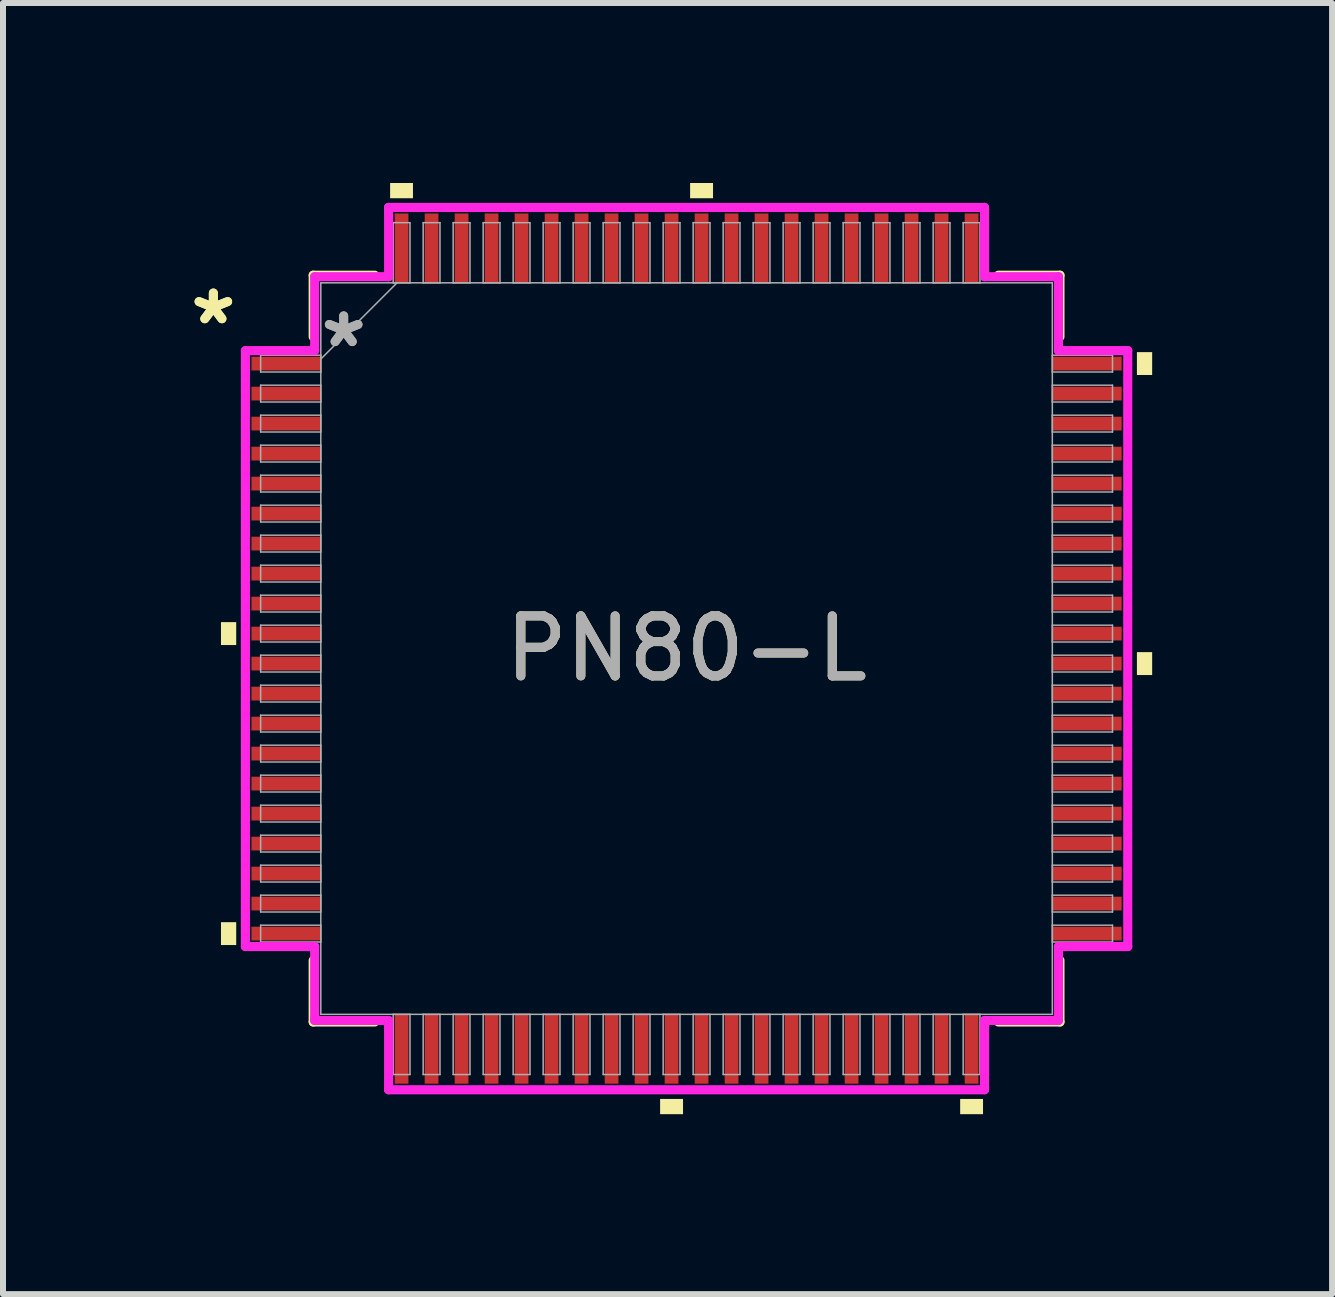
<source format=kicad_pcb>
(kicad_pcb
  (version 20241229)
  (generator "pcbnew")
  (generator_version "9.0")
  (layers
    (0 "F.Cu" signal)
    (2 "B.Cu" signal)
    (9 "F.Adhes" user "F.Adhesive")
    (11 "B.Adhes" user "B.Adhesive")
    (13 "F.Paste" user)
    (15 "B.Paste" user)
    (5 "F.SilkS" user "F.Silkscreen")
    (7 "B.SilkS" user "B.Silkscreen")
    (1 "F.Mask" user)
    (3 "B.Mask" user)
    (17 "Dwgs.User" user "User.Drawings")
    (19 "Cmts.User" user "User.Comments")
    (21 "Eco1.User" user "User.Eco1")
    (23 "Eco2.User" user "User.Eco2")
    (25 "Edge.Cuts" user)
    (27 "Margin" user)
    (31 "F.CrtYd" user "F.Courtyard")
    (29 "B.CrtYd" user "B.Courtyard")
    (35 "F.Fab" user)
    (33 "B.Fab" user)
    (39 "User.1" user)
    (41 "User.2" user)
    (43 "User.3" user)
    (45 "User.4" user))
  (footprint "PN80-L"
    (layer "F.Cu")
    (at 8.393 7.76)
    (property "Reference" "PN80-L" (at 0 0 0) (unlocked yes) (layer "F.SilkS") (effects (font (size 1 1) (thickness 0.15))))
    (attr smd)
    (fp_line (start -6.223 -6.223) (end -6.223 -5.197) (stroke (width 0.152) (type solid)) (layer "F.SilkS"))
    (fp_line (start -6.223 5.197) (end -6.223 6.223) (stroke (width 0.152) (type solid)) (layer "F.SilkS"))
    (fp_line (start -6.223 6.223) (end -5.197 6.223) (stroke (width 0.152) (type solid)) (layer "F.SilkS"))
    (fp_line (start -5.197 -6.223) (end -6.223 -6.223) (stroke (width 0.152) (type solid)) (layer "F.SilkS"))
    (fp_line (start 5.197 6.223) (end 6.223 6.223) (stroke (width 0.152) (type solid)) (layer "F.SilkS"))
    (fp_line (start 6.223 -6.223) (end 5.197 -6.223) (stroke (width 0.152) (type solid)) (layer "F.SilkS"))
    (fp_line (start 6.223 -5.197) (end 6.223 -6.223) (stroke (width 0.152) (type solid)) (layer "F.SilkS"))
    (fp_line (start 6.223 6.223) (end 6.223 5.197) (stroke (width 0.152) (type solid)) (layer "F.SilkS"))
    (fp_poly (pts (xy -7.76 -0.441) (xy -7.76 -0.059) (xy -7.506 -0.059) (xy -7.506 -0.441)) (stroke (width 0) (type solid)) (fill yes) (layer "F.SilkS"))
    (fp_poly (pts (xy -7.76 4.56) (xy -7.76 4.941) (xy -7.506 4.941) (xy -7.506 4.56)) (stroke (width 0) (type solid)) (fill yes) (layer "F.SilkS"))
    (fp_poly (pts (xy -4.941 -7.506) (xy -4.941 -7.76) (xy -4.56 -7.76) (xy -4.56 -7.506)) (stroke (width 0) (type solid)) (fill yes) (layer "F.SilkS"))
    (fp_poly (pts (xy -0.441 7.506) (xy -0.441 7.76) (xy -0.059 7.76) (xy -0.059 7.506)) (stroke (width 0) (type solid)) (fill yes) (layer "F.SilkS"))
    (fp_poly (pts (xy 0.059 -7.506) (xy 0.059 -7.76) (xy 0.441 -7.76) (xy 0.441 -7.506)) (stroke (width 0) (type solid)) (fill yes) (layer "F.SilkS"))
    (fp_poly (pts (xy 4.56 7.506) (xy 4.56 7.76) (xy 4.941 7.76) (xy 4.941 7.506)) (stroke (width 0) (type solid)) (fill yes) (layer "F.SilkS"))
    (fp_poly (pts (xy 7.76 -4.941) (xy 7.76 -4.56) (xy 7.506 -4.56) (xy 7.506 -4.941)) (stroke (width 0) (type solid)) (fill yes) (layer "F.SilkS"))
    (fp_poly (pts (xy 7.76 0.059) (xy 7.76 0.441) (xy 7.506 0.441) (xy 7.506 0.059)) (stroke (width 0) (type solid)) (fill yes) (layer "F.SilkS"))
    (fp_line (start -7.353 -4.966) (end -6.198 -4.966) (stroke (width 0.152) (type solid)) (layer "F.CrtYd"))
    (fp_line (start -7.353 4.966) (end -7.353 -4.966) (stroke (width 0.152) (type solid)) (layer "F.CrtYd"))
    (fp_line (start -6.198 -6.198) (end -4.966 -6.198) (stroke (width 0.152) (type solid)) (layer "F.CrtYd"))
    (fp_line (start -6.198 -4.966) (end -6.198 -6.198) (stroke (width 0.152) (type solid)) (layer "F.CrtYd"))
    (fp_line (start -6.198 4.966) (end -7.353 4.966) (stroke (width 0.152) (type solid)) (layer "F.CrtYd"))
    (fp_line (start -6.198 6.198) (end -6.198 4.966) (stroke (width 0.152) (type solid)) (layer "F.CrtYd"))
    (fp_line (start -6.198 6.198) (end -4.966 6.198) (stroke (width 0.152) (type solid)) (layer "F.CrtYd"))
    (fp_line (start -4.966 -7.353) (end 4.966 -7.353) (stroke (width 0.152) (type solid)) (layer "F.CrtYd"))
    (fp_line (start -4.966 -6.198) (end -4.966 -7.353) (stroke (width 0.152) (type solid)) (layer "F.CrtYd"))
    (fp_line (start -4.966 6.198) (end -4.966 7.353) (stroke (width 0.152) (type solid)) (layer "F.CrtYd"))
    (fp_line (start -4.966 7.353) (end 4.966 7.353) (stroke (width 0.152) (type solid)) (layer "F.CrtYd"))
    (fp_line (start 4.966 -7.353) (end 4.966 -6.198) (stroke (width 0.152) (type solid)) (layer "F.CrtYd"))
    (fp_line (start 4.966 -6.198) (end 6.198 -6.198) (stroke (width 0.152) (type solid)) (layer "F.CrtYd"))
    (fp_line (start 4.966 6.198) (end 6.198 6.198) (stroke (width 0.152) (type solid)) (layer "F.CrtYd"))
    (fp_line (start 4.966 7.353) (end 4.966 6.198) (stroke (width 0.152) (type solid)) (layer "F.CrtYd"))
    (fp_line (start 6.198 -4.966) (end 6.198 -6.198) (stroke (width 0.152) (type solid)) (layer "F.CrtYd"))
    (fp_line (start 6.198 4.966) (end 7.353 4.966) (stroke (width 0.152) (type solid)) (layer "F.CrtYd"))
    (fp_line (start 6.198 6.198) (end 6.198 4.966) (stroke (width 0.152) (type solid)) (layer "F.CrtYd"))
    (fp_line (start 7.353 -4.966) (end 6.198 -4.966) (stroke (width 0.152) (type solid)) (layer "F.CrtYd"))
    (fp_line (start 7.353 4.966) (end 7.353 -4.966) (stroke (width 0.152) (type solid)) (layer "F.CrtYd"))
    (fp_line (start -7.099 -4.89) (end -7.099 -4.61) (stroke (width 0.025) (type solid)) (layer "F.Fab"))
    (fp_line (start -7.099 -4.61) (end -6.096 -4.61) (stroke (width 0.025) (type solid)) (layer "F.Fab"))
    (fp_line (start -7.099 -4.39) (end -7.099 -4.11) (stroke (width 0.025) (type solid)) (layer "F.Fab"))
    (fp_line (start -7.099 -4.11) (end -6.096 -4.11) (stroke (width 0.025) (type solid)) (layer "F.Fab"))
    (fp_line (start -7.099 -3.89) (end -7.099 -3.61) (stroke (width 0.025) (type solid)) (layer "F.Fab"))
    (fp_line (start -7.099 -3.61) (end -6.096 -3.61) (stroke (width 0.025) (type solid)) (layer "F.Fab"))
    (fp_line (start -7.099 -3.39) (end -7.099 -3.11) (stroke (width 0.025) (type solid)) (layer "F.Fab"))
    (fp_line (start -7.099 -3.11) (end -6.096 -3.11) (stroke (width 0.025) (type solid)) (layer "F.Fab"))
    (fp_line (start -7.099 -2.89) (end -7.099 -2.61) (stroke (width 0.025) (type solid)) (layer "F.Fab"))
    (fp_line (start -7.099 -2.61) (end -6.096 -2.61) (stroke (width 0.025) (type solid)) (layer "F.Fab"))
    (fp_line (start -7.099 -2.39) (end -7.099 -2.11) (stroke (width 0.025) (type solid)) (layer "F.Fab"))
    (fp_line (start -7.099 -2.11) (end -6.096 -2.11) (stroke (width 0.025) (type solid)) (layer "F.Fab"))
    (fp_line (start -7.099 -1.89) (end -7.099 -1.61) (stroke (width 0.025) (type solid)) (layer "F.Fab"))
    (fp_line (start -7.099 -1.61) (end -6.096 -1.61) (stroke (width 0.025) (type solid)) (layer "F.Fab"))
    (fp_line (start -7.099 -1.39) (end -7.099 -1.11) (stroke (width 0.025) (type solid)) (layer "F.Fab"))
    (fp_line (start -7.099 -1.11) (end -6.096 -1.11) (stroke (width 0.025) (type solid)) (layer "F.Fab"))
    (fp_line (start -7.099 -0.89) (end -7.099 -0.61) (stroke (width 0.025) (type solid)) (layer "F.Fab"))
    (fp_line (start -7.099 -0.61) (end -6.096 -0.61) (stroke (width 0.025) (type solid)) (layer "F.Fab"))
    (fp_line (start -7.099 -0.39) (end -7.099 -0.11) (stroke (width 0.025) (type solid)) (layer "F.Fab"))
    (fp_line (start -7.099 -0.11) (end -6.096 -0.11) (stroke (width 0.025) (type solid)) (layer "F.Fab"))
    (fp_line (start -7.099 0.11) (end -7.099 0.39) (stroke (width 0.025) (type solid)) (layer "F.Fab"))
    (fp_line (start -7.099 0.39) (end -6.096 0.39) (stroke (width 0.025) (type solid)) (layer "F.Fab"))
    (fp_line (start -7.099 0.61) (end -7.099 0.89) (stroke (width 0.025) (type solid)) (layer "F.Fab"))
    (fp_line (start -7.099 0.89) (end -6.096 0.89) (stroke (width 0.025) (type solid)) (layer "F.Fab"))
    (fp_line (start -7.099 1.11) (end -7.099 1.39) (stroke (width 0.025) (type solid)) (layer "F.Fab"))
    (fp_line (start -7.099 1.39) (end -6.096 1.39) (stroke (width 0.025) (type solid)) (layer "F.Fab"))
    (fp_line (start -7.099 1.61) (end -7.099 1.89) (stroke (width 0.025) (type solid)) (layer "F.Fab"))
    (fp_line (start -7.099 1.89) (end -6.096 1.89) (stroke (width 0.025) (type solid)) (layer "F.Fab"))
    (fp_line (start -7.099 2.11) (end -7.099 2.39) (stroke (width 0.025) (type solid)) (layer "F.Fab"))
    (fp_line (start -7.099 2.39) (end -6.096 2.39) (stroke (width 0.025) (type solid)) (layer "F.Fab"))
    (fp_line (start -7.099 2.61) (end -7.099 2.89) (stroke (width 0.025) (type solid)) (layer "F.Fab"))
    (fp_line (start -7.099 2.89) (end -6.096 2.89) (stroke (width 0.025) (type solid)) (layer "F.Fab"))
    (fp_line (start -7.099 3.11) (end -7.099 3.39) (stroke (width 0.025) (type solid)) (layer "F.Fab"))
    (fp_line (start -7.099 3.39) (end -6.096 3.39) (stroke (width 0.025) (type solid)) (layer "F.Fab"))
    (fp_line (start -7.099 3.61) (end -7.099 3.89) (stroke (width 0.025) (type solid)) (layer "F.Fab"))
    (fp_line (start -7.099 3.89) (end -6.096 3.89) (stroke (width 0.025) (type solid)) (layer "F.Fab"))
    (fp_line (start -7.099 4.11) (end -7.099 4.39) (stroke (width 0.025) (type solid)) (layer "F.Fab"))
    (fp_line (start -7.099 4.39) (end -6.096 4.39) (stroke (width 0.025) (type solid)) (layer "F.Fab"))
    (fp_line (start -7.099 4.61) (end -7.099 4.89) (stroke (width 0.025) (type solid)) (layer "F.Fab"))
    (fp_line (start -7.099 4.89) (end -6.096 4.89) (stroke (width 0.025) (type solid)) (layer "F.Fab"))
    (fp_line (start -6.096 -6.096) (end -6.096 6.096) (stroke (width 0.025) (type solid)) (layer "F.Fab"))
    (fp_line (start -6.096 -4.89) (end -7.099 -4.89) (stroke (width 0.025) (type solid)) (layer "F.Fab"))
    (fp_line (start -6.096 -4.826) (end -4.826 -6.096) (stroke (width 0.025) (type solid)) (layer "F.Fab"))
    (fp_line (start -6.096 -4.61) (end -6.096 -4.89) (stroke (width 0.025) (type solid)) (layer "F.Fab"))
    (fp_line (start -6.096 -4.39) (end -7.099 -4.39) (stroke (width 0.025) (type solid)) (layer "F.Fab"))
    (fp_line (start -6.096 -4.11) (end -6.096 -4.39) (stroke (width 0.025) (type solid)) (layer "F.Fab"))
    (fp_line (start -6.096 -3.89) (end -7.099 -3.89) (stroke (width 0.025) (type solid)) (layer "F.Fab"))
    (fp_line (start -6.096 -3.61) (end -6.096 -3.89) (stroke (width 0.025) (type solid)) (layer "F.Fab"))
    (fp_line (start -6.096 -3.39) (end -7.099 -3.39) (stroke (width 0.025) (type solid)) (layer "F.Fab"))
    (fp_line (start -6.096 -3.11) (end -6.096 -3.39) (stroke (width 0.025) (type solid)) (layer "F.Fab"))
    (fp_line (start -6.096 -2.89) (end -7.099 -2.89) (stroke (width 0.025) (type solid)) (layer "F.Fab"))
    (fp_line (start -6.096 -2.61) (end -6.096 -2.89) (stroke (width 0.025) (type solid)) (layer "F.Fab"))
    (fp_line (start -6.096 -2.39) (end -7.099 -2.39) (stroke (width 0.025) (type solid)) (layer "F.Fab"))
    (fp_line (start -6.096 -2.11) (end -6.096 -2.39) (stroke (width 0.025) (type solid)) (layer "F.Fab"))
    (fp_line (start -6.096 -1.89) (end -7.099 -1.89) (stroke (width 0.025) (type solid)) (layer "F.Fab"))
    (fp_line (start -6.096 -1.61) (end -6.096 -1.89) (stroke (width 0.025) (type solid)) (layer "F.Fab"))
    (fp_line (start -6.096 -1.39) (end -7.099 -1.39) (stroke (width 0.025) (type solid)) (layer "F.Fab"))
    (fp_line (start -6.096 -1.11) (end -6.096 -1.39) (stroke (width 0.025) (type solid)) (layer "F.Fab"))
    (fp_line (start -6.096 -0.89) (end -7.099 -0.89) (stroke (width 0.025) (type solid)) (layer "F.Fab"))
    (fp_line (start -6.096 -0.61) (end -6.096 -0.89) (stroke (width 0.025) (type solid)) (layer "F.Fab"))
    (fp_line (start -6.096 -0.39) (end -7.099 -0.39) (stroke (width 0.025) (type solid)) (layer "F.Fab"))
    (fp_line (start -6.096 -0.11) (end -6.096 -0.39) (stroke (width 0.025) (type solid)) (layer "F.Fab"))
    (fp_line (start -6.096 0.11) (end -7.099 0.11) (stroke (width 0.025) (type solid)) (layer "F.Fab"))
    (fp_line (start -6.096 0.39) (end -6.096 0.11) (stroke (width 0.025) (type solid)) (layer "F.Fab"))
    (fp_line (start -6.096 0.61) (end -7.099 0.61) (stroke (width 0.025) (type solid)) (layer "F.Fab"))
    (fp_line (start -6.096 0.89) (end -6.096 0.61) (stroke (width 0.025) (type solid)) (layer "F.Fab"))
    (fp_line (start -6.096 1.11) (end -7.099 1.11) (stroke (width 0.025) (type solid)) (layer "F.Fab"))
    (fp_line (start -6.096 1.39) (end -6.096 1.11) (stroke (width 0.025) (type solid)) (layer "F.Fab"))
    (fp_line (start -6.096 1.61) (end -7.099 1.61) (stroke (width 0.025) (type solid)) (layer "F.Fab"))
    (fp_line (start -6.096 1.89) (end -6.096 1.61) (stroke (width 0.025) (type solid)) (layer "F.Fab"))
    (fp_line (start -6.096 2.11) (end -7.099 2.11) (stroke (width 0.025) (type solid)) (layer "F.Fab"))
    (fp_line (start -6.096 2.39) (end -6.096 2.11) (stroke (width 0.025) (type solid)) (layer "F.Fab"))
    (fp_line (start -6.096 2.61) (end -7.099 2.61) (stroke (width 0.025) (type solid)) (layer "F.Fab"))
    (fp_line (start -6.096 2.89) (end -6.096 2.61) (stroke (width 0.025) (type solid)) (layer "F.Fab"))
    (fp_line (start -6.096 3.11) (end -7.099 3.11) (stroke (width 0.025) (type solid)) (layer "F.Fab"))
    (fp_line (start -6.096 3.39) (end -6.096 3.11) (stroke (width 0.025) (type solid)) (layer "F.Fab"))
    (fp_line (start -6.096 3.61) (end -7.099 3.61) (stroke (width 0.025) (type solid)) (layer "F.Fab"))
    (fp_line (start -6.096 3.89) (end -6.096 3.61) (stroke (width 0.025) (type solid)) (layer "F.Fab"))
    (fp_line (start -6.096 4.11) (end -7.099 4.11) (stroke (width 0.025) (type solid)) (layer "F.Fab"))
    (fp_line (start -6.096 4.39) (end -6.096 4.11) (stroke (width 0.025) (type solid)) (layer "F.Fab"))
    (fp_line (start -6.096 4.61) (end -7.099 4.61) (stroke (width 0.025) (type solid)) (layer "F.Fab"))
    (fp_line (start -6.096 4.89) (end -6.096 4.61) (stroke (width 0.025) (type solid)) (layer "F.Fab"))
    (fp_line (start -6.096 6.096) (end 6.096 6.096) (stroke (width 0.025) (type solid)) (layer "F.Fab"))
    (fp_line (start -4.89 -7.099) (end -4.89 -6.096) (stroke (width 0.025) (type solid)) (layer "F.Fab"))
    (fp_line (start -4.89 -6.096) (end -4.61 -6.096) (stroke (width 0.025) (type solid)) (layer "F.Fab"))
    (fp_line (start -4.89 6.096) (end -4.89 7.099) (stroke (width 0.025) (type solid)) (layer "F.Fab"))
    (fp_line (start -4.89 7.099) (end -4.61 7.099) (stroke (width 0.025) (type solid)) (layer "F.Fab"))
    (fp_line (start -4.61 -7.099) (end -4.89 -7.099) (stroke (width 0.025) (type solid)) (layer "F.Fab"))
    (fp_line (start -4.61 -6.096) (end -4.61 -7.099) (stroke (width 0.025) (type solid)) (layer "F.Fab"))
    (fp_line (start -4.61 6.096) (end -4.89 6.096) (stroke (width 0.025) (type solid)) (layer "F.Fab"))
    (fp_line (start -4.61 7.099) (end -4.61 6.096) (stroke (width 0.025) (type solid)) (layer "F.Fab"))
    (fp_line (start -4.39 -7.099) (end -4.39 -6.096) (stroke (width 0.025) (type solid)) (layer "F.Fab"))
    (fp_line (start -4.39 -6.096) (end -4.11 -6.096) (stroke (width 0.025) (type solid)) (layer "F.Fab"))
    (fp_line (start -4.39 6.096) (end -4.39 7.099) (stroke (width 0.025) (type solid)) (layer "F.Fab"))
    (fp_line (start -4.39 7.099) (end -4.11 7.099) (stroke (width 0.025) (type solid)) (layer "F.Fab"))
    (fp_line (start -4.11 -7.099) (end -4.39 -7.099) (stroke (width 0.025) (type solid)) (layer "F.Fab"))
    (fp_line (start -4.11 -6.096) (end -4.11 -7.099) (stroke (width 0.025) (type solid)) (layer "F.Fab"))
    (fp_line (start -4.11 6.096) (end -4.39 6.096) (stroke (width 0.025) (type solid)) (layer "F.Fab"))
    (fp_line (start -4.11 7.099) (end -4.11 6.096) (stroke (width 0.025) (type solid)) (layer "F.Fab"))
    (fp_line (start -3.89 -7.099) (end -3.89 -6.096) (stroke (width 0.025) (type solid)) (layer "F.Fab"))
    (fp_line (start -3.89 -6.096) (end -3.61 -6.096) (stroke (width 0.025) (type solid)) (layer "F.Fab"))
    (fp_line (start -3.89 6.096) (end -3.89 7.099) (stroke (width 0.025) (type solid)) (layer "F.Fab"))
    (fp_line (start -3.89 7.099) (end -3.61 7.099) (stroke (width 0.025) (type solid)) (layer "F.Fab"))
    (fp_line (start -3.61 -7.099) (end -3.89 -7.099) (stroke (width 0.025) (type solid)) (layer "F.Fab"))
    (fp_line (start -3.61 -6.096) (end -3.61 -7.099) (stroke (width 0.025) (type solid)) (layer "F.Fab"))
    (fp_line (start -3.61 6.096) (end -3.89 6.096) (stroke (width 0.025) (type solid)) (layer "F.Fab"))
    (fp_line (start -3.61 7.099) (end -3.61 6.096) (stroke (width 0.025) (type solid)) (layer "F.Fab"))
    (fp_line (start -3.39 -7.099) (end -3.39 -6.096) (stroke (width 0.025) (type solid)) (layer "F.Fab"))
    (fp_line (start -3.39 -6.096) (end -3.11 -6.096) (stroke (width 0.025) (type solid)) (layer "F.Fab"))
    (fp_line (start -3.39 6.096) (end -3.39 7.099) (stroke (width 0.025) (type solid)) (layer "F.Fab"))
    (fp_line (start -3.39 7.099) (end -3.11 7.099) (stroke (width 0.025) (type solid)) (layer "F.Fab"))
    (fp_line (start -3.11 -7.099) (end -3.39 -7.099) (stroke (width 0.025) (type solid)) (layer "F.Fab"))
    (fp_line (start -3.11 -6.096) (end -3.11 -7.099) (stroke (width 0.025) (type solid)) (layer "F.Fab"))
    (fp_line (start -3.11 6.096) (end -3.39 6.096) (stroke (width 0.025) (type solid)) (layer "F.Fab"))
    (fp_line (start -3.11 7.099) (end -3.11 6.096) (stroke (width 0.025) (type solid)) (layer "F.Fab"))
    (fp_line (start -2.89 -7.099) (end -2.89 -6.096) (stroke (width 0.025) (type solid)) (layer "F.Fab"))
    (fp_line (start -2.89 -6.096) (end -2.61 -6.096) (stroke (width 0.025) (type solid)) (layer "F.Fab"))
    (fp_line (start -2.89 6.096) (end -2.89 7.099) (stroke (width 0.025) (type solid)) (layer "F.Fab"))
    (fp_line (start -2.89 7.099) (end -2.61 7.099) (stroke (width 0.025) (type solid)) (layer "F.Fab"))
    (fp_line (start -2.61 -7.099) (end -2.89 -7.099) (stroke (width 0.025) (type solid)) (layer "F.Fab"))
    (fp_line (start -2.61 -6.096) (end -2.61 -7.099) (stroke (width 0.025) (type solid)) (layer "F.Fab"))
    (fp_line (start -2.61 6.096) (end -2.89 6.096) (stroke (width 0.025) (type solid)) (layer "F.Fab"))
    (fp_line (start -2.61 7.099) (end -2.61 6.096) (stroke (width 0.025) (type solid)) (layer "F.Fab"))
    (fp_line (start -2.39 -7.099) (end -2.39 -6.096) (stroke (width 0.025) (type solid)) (layer "F.Fab"))
    (fp_line (start -2.39 -6.096) (end -2.11 -6.096) (stroke (width 0.025) (type solid)) (layer "F.Fab"))
    (fp_line (start -2.39 6.096) (end -2.39 7.099) (stroke (width 0.025) (type solid)) (layer "F.Fab"))
    (fp_line (start -2.39 7.099) (end -2.11 7.099) (stroke (width 0.025) (type solid)) (layer "F.Fab"))
    (fp_line (start -2.11 -7.099) (end -2.39 -7.099) (stroke (width 0.025) (type solid)) (layer "F.Fab"))
    (fp_line (start -2.11 -6.096) (end -2.11 -7.099) (stroke (width 0.025) (type solid)) (layer "F.Fab"))
    (fp_line (start -2.11 6.096) (end -2.39 6.096) (stroke (width 0.025) (type solid)) (layer "F.Fab"))
    (fp_line (start -2.11 7.099) (end -2.11 6.096) (stroke (width 0.025) (type solid)) (layer "F.Fab"))
    (fp_line (start -1.89 -7.099) (end -1.89 -6.096) (stroke (width 0.025) (type solid)) (layer "F.Fab"))
    (fp_line (start -1.89 -6.096) (end -1.61 -6.096) (stroke (width 0.025) (type solid)) (layer "F.Fab"))
    (fp_line (start -1.89 6.096) (end -1.89 7.099) (stroke (width 0.025) (type solid)) (layer "F.Fab"))
    (fp_line (start -1.89 7.099) (end -1.61 7.099) (stroke (width 0.025) (type solid)) (layer "F.Fab"))
    (fp_line (start -1.61 -7.099) (end -1.89 -7.099) (stroke (width 0.025) (type solid)) (layer "F.Fab"))
    (fp_line (start -1.61 -6.096) (end -1.61 -7.099) (stroke (width 0.025) (type solid)) (layer "F.Fab"))
    (fp_line (start -1.61 6.096) (end -1.89 6.096) (stroke (width 0.025) (type solid)) (layer "F.Fab"))
    (fp_line (start -1.61 7.099) (end -1.61 6.096) (stroke (width 0.025) (type solid)) (layer "F.Fab"))
    (fp_line (start -1.39 -7.099) (end -1.39 -6.096) (stroke (width 0.025) (type solid)) (layer "F.Fab"))
    (fp_line (start -1.39 -6.096) (end -1.11 -6.096) (stroke (width 0.025) (type solid)) (layer "F.Fab"))
    (fp_line (start -1.39 6.096) (end -1.39 7.099) (stroke (width 0.025) (type solid)) (layer "F.Fab"))
    (fp_line (start -1.39 7.099) (end -1.11 7.099) (stroke (width 0.025) (type solid)) (layer "F.Fab"))
    (fp_line (start -1.11 -7.099) (end -1.39 -7.099) (stroke (width 0.025) (type solid)) (layer "F.Fab"))
    (fp_line (start -1.11 -6.096) (end -1.11 -7.099) (stroke (width 0.025) (type solid)) (layer "F.Fab"))
    (fp_line (start -1.11 6.096) (end -1.39 6.096) (stroke (width 0.025) (type solid)) (layer "F.Fab"))
    (fp_line (start -1.11 7.099) (end -1.11 6.096) (stroke (width 0.025) (type solid)) (layer "F.Fab"))
    (fp_line (start -0.89 -7.099) (end -0.89 -6.096) (stroke (width 0.025) (type solid)) (layer "F.Fab"))
    (fp_line (start -0.89 -6.096) (end -0.61 -6.096) (stroke (width 0.025) (type solid)) (layer "F.Fab"))
    (fp_line (start -0.89 6.096) (end -0.89 7.099) (stroke (width 0.025) (type solid)) (layer "F.Fab"))
    (fp_line (start -0.89 7.099) (end -0.61 7.099) (stroke (width 0.025) (type solid)) (layer "F.Fab"))
    (fp_line (start -0.61 -7.099) (end -0.89 -7.099) (stroke (width 0.025) (type solid)) (layer "F.Fab"))
    (fp_line (start -0.61 -6.096) (end -0.61 -7.099) (stroke (width 0.025) (type solid)) (layer "F.Fab"))
    (fp_line (start -0.61 6.096) (end -0.89 6.096) (stroke (width 0.025) (type solid)) (layer "F.Fab"))
    (fp_line (start -0.61 7.099) (end -0.61 6.096) (stroke (width 0.025) (type solid)) (layer "F.Fab"))
    (fp_line (start -0.39 -7.099) (end -0.39 -6.096) (stroke (width 0.025) (type solid)) (layer "F.Fab"))
    (fp_line (start -0.39 -6.096) (end -0.11 -6.096) (stroke (width 0.025) (type solid)) (layer "F.Fab"))
    (fp_line (start -0.39 6.096) (end -0.39 7.099) (stroke (width 0.025) (type solid)) (layer "F.Fab"))
    (fp_line (start -0.39 7.099) (end -0.11 7.099) (stroke (width 0.025) (type solid)) (layer "F.Fab"))
    (fp_line (start -0.11 -7.099) (end -0.39 -7.099) (stroke (width 0.025) (type solid)) (layer "F.Fab"))
    (fp_line (start -0.11 -6.096) (end -0.11 -7.099) (stroke (width 0.025) (type solid)) (layer "F.Fab"))
    (fp_line (start -0.11 6.096) (end -0.39 6.096) (stroke (width 0.025) (type solid)) (layer "F.Fab"))
    (fp_line (start -0.11 7.099) (end -0.11 6.096) (stroke (width 0.025) (type solid)) (layer "F.Fab"))
    (fp_line (start 0.11 -7.099) (end 0.11 -6.096) (stroke (width 0.025) (type solid)) (layer "F.Fab"))
    (fp_line (start 0.11 -6.096) (end 0.39 -6.096) (stroke (width 0.025) (type solid)) (layer "F.Fab"))
    (fp_line (start 0.11 6.096) (end 0.11 7.099) (stroke (width 0.025) (type solid)) (layer "F.Fab"))
    (fp_line (start 0.11 7.099) (end 0.39 7.099) (stroke (width 0.025) (type solid)) (layer "F.Fab"))
    (fp_line (start 0.39 -7.099) (end 0.11 -7.099) (stroke (width 0.025) (type solid)) (layer "F.Fab"))
    (fp_line (start 0.39 -6.096) (end 0.39 -7.099) (stroke (width 0.025) (type solid)) (layer "F.Fab"))
    (fp_line (start 0.39 6.096) (end 0.11 6.096) (stroke (width 0.025) (type solid)) (layer "F.Fab"))
    (fp_line (start 0.39 7.099) (end 0.39 6.096) (stroke (width 0.025) (type solid)) (layer "F.Fab"))
    (fp_line (start 0.61 -7.099) (end 0.61 -6.096) (stroke (width 0.025) (type solid)) (layer "F.Fab"))
    (fp_line (start 0.61 -6.096) (end 0.89 -6.096) (stroke (width 0.025) (type solid)) (layer "F.Fab"))
    (fp_line (start 0.61 6.096) (end 0.61 7.099) (stroke (width 0.025) (type solid)) (layer "F.Fab"))
    (fp_line (start 0.61 7.099) (end 0.89 7.099) (stroke (width 0.025) (type solid)) (layer "F.Fab"))
    (fp_line (start 0.89 -7.099) (end 0.61 -7.099) (stroke (width 0.025) (type solid)) (layer "F.Fab"))
    (fp_line (start 0.89 -6.096) (end 0.89 -7.099) (stroke (width 0.025) (type solid)) (layer "F.Fab"))
    (fp_line (start 0.89 6.096) (end 0.61 6.096) (stroke (width 0.025) (type solid)) (layer "F.Fab"))
    (fp_line (start 0.89 7.099) (end 0.89 6.096) (stroke (width 0.025) (type solid)) (layer "F.Fab"))
    (fp_line (start 1.11 -7.099) (end 1.11 -6.096) (stroke (width 0.025) (type solid)) (layer "F.Fab"))
    (fp_line (start 1.11 -6.096) (end 1.39 -6.096) (stroke (width 0.025) (type solid)) (layer "F.Fab"))
    (fp_line (start 1.11 6.096) (end 1.11 7.099) (stroke (width 0.025) (type solid)) (layer "F.Fab"))
    (fp_line (start 1.11 7.099) (end 1.39 7.099) (stroke (width 0.025) (type solid)) (layer "F.Fab"))
    (fp_line (start 1.39 -7.099) (end 1.11 -7.099) (stroke (width 0.025) (type solid)) (layer "F.Fab"))
    (fp_line (start 1.39 -6.096) (end 1.39 -7.099) (stroke (width 0.025) (type solid)) (layer "F.Fab"))
    (fp_line (start 1.39 6.096) (end 1.11 6.096) (stroke (width 0.025) (type solid)) (layer "F.Fab"))
    (fp_line (start 1.39 7.099) (end 1.39 6.096) (stroke (width 0.025) (type solid)) (layer "F.Fab"))
    (fp_line (start 1.61 -7.099) (end 1.61 -6.096) (stroke (width 0.025) (type solid)) (layer "F.Fab"))
    (fp_line (start 1.61 -6.096) (end 1.89 -6.096) (stroke (width 0.025) (type solid)) (layer "F.Fab"))
    (fp_line (start 1.61 6.096) (end 1.61 7.099) (stroke (width 0.025) (type solid)) (layer "F.Fab"))
    (fp_line (start 1.61 7.099) (end 1.89 7.099) (stroke (width 0.025) (type solid)) (layer "F.Fab"))
    (fp_line (start 1.89 -7.099) (end 1.61 -7.099) (stroke (width 0.025) (type solid)) (layer "F.Fab"))
    (fp_line (start 1.89 -6.096) (end 1.89 -7.099) (stroke (width 0.025) (type solid)) (layer "F.Fab"))
    (fp_line (start 1.89 6.096) (end 1.61 6.096) (stroke (width 0.025) (type solid)) (layer "F.Fab"))
    (fp_line (start 1.89 7.099) (end 1.89 6.096) (stroke (width 0.025) (type solid)) (layer "F.Fab"))
    (fp_line (start 2.11 -7.099) (end 2.11 -6.096) (stroke (width 0.025) (type solid)) (layer "F.Fab"))
    (fp_line (start 2.11 -6.096) (end 2.39 -6.096) (stroke (width 0.025) (type solid)) (layer "F.Fab"))
    (fp_line (start 2.11 6.096) (end 2.11 7.099) (stroke (width 0.025) (type solid)) (layer "F.Fab"))
    (fp_line (start 2.11 7.099) (end 2.39 7.099) (stroke (width 0.025) (type solid)) (layer "F.Fab"))
    (fp_line (start 2.39 -7.099) (end 2.11 -7.099) (stroke (width 0.025) (type solid)) (layer "F.Fab"))
    (fp_line (start 2.39 -6.096) (end 2.39 -7.099) (stroke (width 0.025) (type solid)) (layer "F.Fab"))
    (fp_line (start 2.39 6.096) (end 2.11 6.096) (stroke (width 0.025) (type solid)) (layer "F.Fab"))
    (fp_line (start 2.39 7.099) (end 2.39 6.096) (stroke (width 0.025) (type solid)) (layer "F.Fab"))
    (fp_line (start 2.61 -7.099) (end 2.61 -6.096) (stroke (width 0.025) (type solid)) (layer "F.Fab"))
    (fp_line (start 2.61 -6.096) (end 2.89 -6.096) (stroke (width 0.025) (type solid)) (layer "F.Fab"))
    (fp_line (start 2.61 6.096) (end 2.61 7.099) (stroke (width 0.025) (type solid)) (layer "F.Fab"))
    (fp_line (start 2.61 7.099) (end 2.89 7.099) (stroke (width 0.025) (type solid)) (layer "F.Fab"))
    (fp_line (start 2.89 -7.099) (end 2.61 -7.099) (stroke (width 0.025) (type solid)) (layer "F.Fab"))
    (fp_line (start 2.89 -6.096) (end 2.89 -7.099) (stroke (width 0.025) (type solid)) (layer "F.Fab"))
    (fp_line (start 2.89 6.096) (end 2.61 6.096) (stroke (width 0.025) (type solid)) (layer "F.Fab"))
    (fp_line (start 2.89 7.099) (end 2.89 6.096) (stroke (width 0.025) (type solid)) (layer "F.Fab"))
    (fp_line (start 3.11 -7.099) (end 3.11 -6.096) (stroke (width 0.025) (type solid)) (layer "F.Fab"))
    (fp_line (start 3.11 -6.096) (end 3.39 -6.096) (stroke (width 0.025) (type solid)) (layer "F.Fab"))
    (fp_line (start 3.11 6.096) (end 3.11 7.099) (stroke (width 0.025) (type solid)) (layer "F.Fab"))
    (fp_line (start 3.11 7.099) (end 3.39 7.099) (stroke (width 0.025) (type solid)) (layer "F.Fab"))
    (fp_line (start 3.39 -7.099) (end 3.11 -7.099) (stroke (width 0.025) (type solid)) (layer "F.Fab"))
    (fp_line (start 3.39 -6.096) (end 3.39 -7.099) (stroke (width 0.025) (type solid)) (layer "F.Fab"))
    (fp_line (start 3.39 6.096) (end 3.11 6.096) (stroke (width 0.025) (type solid)) (layer "F.Fab"))
    (fp_line (start 3.39 7.099) (end 3.39 6.096) (stroke (width 0.025) (type solid)) (layer "F.Fab"))
    (fp_line (start 3.61 -7.099) (end 3.61 -6.096) (stroke (width 0.025) (type solid)) (layer "F.Fab"))
    (fp_line (start 3.61 -6.096) (end 3.89 -6.096) (stroke (width 0.025) (type solid)) (layer "F.Fab"))
    (fp_line (start 3.61 6.096) (end 3.61 7.099) (stroke (width 0.025) (type solid)) (layer "F.Fab"))
    (fp_line (start 3.61 7.099) (end 3.89 7.099) (stroke (width 0.025) (type solid)) (layer "F.Fab"))
    (fp_line (start 3.89 -7.099) (end 3.61 -7.099) (stroke (width 0.025) (type solid)) (layer "F.Fab"))
    (fp_line (start 3.89 -6.096) (end 3.89 -7.099) (stroke (width 0.025) (type solid)) (layer "F.Fab"))
    (fp_line (start 3.89 6.096) (end 3.61 6.096) (stroke (width 0.025) (type solid)) (layer "F.Fab"))
    (fp_line (start 3.89 7.099) (end 3.89 6.096) (stroke (width 0.025) (type solid)) (layer "F.Fab"))
    (fp_line (start 4.11 -7.099) (end 4.11 -6.096) (stroke (width 0.025) (type solid)) (layer "F.Fab"))
    (fp_line (start 4.11 -6.096) (end 4.39 -6.096) (stroke (width 0.025) (type solid)) (layer "F.Fab"))
    (fp_line (start 4.11 6.096) (end 4.11 7.099) (stroke (width 0.025) (type solid)) (layer "F.Fab"))
    (fp_line (start 4.11 7.099) (end 4.39 7.099) (stroke (width 0.025) (type solid)) (layer "F.Fab"))
    (fp_line (start 4.39 -7.099) (end 4.11 -7.099) (stroke (width 0.025) (type solid)) (layer "F.Fab"))
    (fp_line (start 4.39 -6.096) (end 4.39 -7.099) (stroke (width 0.025) (type solid)) (layer "F.Fab"))
    (fp_line (start 4.39 6.096) (end 4.11 6.096) (stroke (width 0.025) (type solid)) (layer "F.Fab"))
    (fp_line (start 4.39 7.099) (end 4.39 6.096) (stroke (width 0.025) (type solid)) (layer "F.Fab"))
    (fp_line (start 4.61 -7.099) (end 4.61 -6.096) (stroke (width 0.025) (type solid)) (layer "F.Fab"))
    (fp_line (start 4.61 -6.096) (end 4.89 -6.096) (stroke (width 0.025) (type solid)) (layer "F.Fab"))
    (fp_line (start 4.61 6.096) (end 4.61 7.099) (stroke (width 0.025) (type solid)) (layer "F.Fab"))
    (fp_line (start 4.61 7.099) (end 4.89 7.099) (stroke (width 0.025) (type solid)) (layer "F.Fab"))
    (fp_line (start 4.89 -7.099) (end 4.61 -7.099) (stroke (width 0.025) (type solid)) (layer "F.Fab"))
    (fp_line (start 4.89 -6.096) (end 4.89 -7.099) (stroke (width 0.025) (type solid)) (layer "F.Fab"))
    (fp_line (start 4.89 6.096) (end 4.61 6.096) (stroke (width 0.025) (type solid)) (layer "F.Fab"))
    (fp_line (start 4.89 7.099) (end 4.89 6.096) (stroke (width 0.025) (type solid)) (layer "F.Fab"))
    (fp_line (start 6.096 -6.096) (end -6.096 -6.096) (stroke (width 0.025) (type solid)) (layer "F.Fab"))
    (fp_line (start 6.096 -4.89) (end 6.096 -4.61) (stroke (width 0.025) (type solid)) (layer "F.Fab"))
    (fp_line (start 6.096 -4.61) (end 7.099 -4.61) (stroke (width 0.025) (type solid)) (layer "F.Fab"))
    (fp_line (start 6.096 -4.39) (end 6.096 -4.11) (stroke (width 0.025) (type solid)) (layer "F.Fab"))
    (fp_line (start 6.096 -4.11) (end 7.099 -4.11) (stroke (width 0.025) (type solid)) (layer "F.Fab"))
    (fp_line (start 6.096 -3.89) (end 6.096 -3.61) (stroke (width 0.025) (type solid)) (layer "F.Fab"))
    (fp_line (start 6.096 -3.61) (end 7.099 -3.61) (stroke (width 0.025) (type solid)) (layer "F.Fab"))
    (fp_line (start 6.096 -3.39) (end 6.096 -3.11) (stroke (width 0.025) (type solid)) (layer "F.Fab"))
    (fp_line (start 6.096 -3.11) (end 7.099 -3.11) (stroke (width 0.025) (type solid)) (layer "F.Fab"))
    (fp_line (start 6.096 -2.89) (end 6.096 -2.61) (stroke (width 0.025) (type solid)) (layer "F.Fab"))
    (fp_line (start 6.096 -2.61) (end 7.099 -2.61) (stroke (width 0.025) (type solid)) (layer "F.Fab"))
    (fp_line (start 6.096 -2.39) (end 6.096 -2.11) (stroke (width 0.025) (type solid)) (layer "F.Fab"))
    (fp_line (start 6.096 -2.11) (end 7.099 -2.11) (stroke (width 0.025) (type solid)) (layer "F.Fab"))
    (fp_line (start 6.096 -1.89) (end 6.096 -1.61) (stroke (width 0.025) (type solid)) (layer "F.Fab"))
    (fp_line (start 6.096 -1.61) (end 7.099 -1.61) (stroke (width 0.025) (type solid)) (layer "F.Fab"))
    (fp_line (start 6.096 -1.39) (end 6.096 -1.11) (stroke (width 0.025) (type solid)) (layer "F.Fab"))
    (fp_line (start 6.096 -1.11) (end 7.099 -1.11) (stroke (width 0.025) (type solid)) (layer "F.Fab"))
    (fp_line (start 6.096 -0.89) (end 6.096 -0.61) (stroke (width 0.025) (type solid)) (layer "F.Fab"))
    (fp_line (start 6.096 -0.61) (end 7.099 -0.61) (stroke (width 0.025) (type solid)) (layer "F.Fab"))
    (fp_line (start 6.096 -0.39) (end 6.096 -0.11) (stroke (width 0.025) (type solid)) (layer "F.Fab"))
    (fp_line (start 6.096 -0.11) (end 7.099 -0.11) (stroke (width 0.025) (type solid)) (layer "F.Fab"))
    (fp_line (start 6.096 0.11) (end 6.096 0.39) (stroke (width 0.025) (type solid)) (layer "F.Fab"))
    (fp_line (start 6.096 0.39) (end 7.099 0.39) (stroke (width 0.025) (type solid)) (layer "F.Fab"))
    (fp_line (start 6.096 0.61) (end 6.096 0.89) (stroke (width 0.025) (type solid)) (layer "F.Fab"))
    (fp_line (start 6.096 0.89) (end 7.099 0.89) (stroke (width 0.025) (type solid)) (layer "F.Fab"))
    (fp_line (start 6.096 1.11) (end 6.096 1.39) (stroke (width 0.025) (type solid)) (layer "F.Fab"))
    (fp_line (start 6.096 1.39) (end 7.099 1.39) (stroke (width 0.025) (type solid)) (layer "F.Fab"))
    (fp_line (start 6.096 1.61) (end 6.096 1.89) (stroke (width 0.025) (type solid)) (layer "F.Fab"))
    (fp_line (start 6.096 1.89) (end 7.099 1.89) (stroke (width 0.025) (type solid)) (layer "F.Fab"))
    (fp_line (start 6.096 2.11) (end 6.096 2.39) (stroke (width 0.025) (type solid)) (layer "F.Fab"))
    (fp_line (start 6.096 2.39) (end 7.099 2.39) (stroke (width 0.025) (type solid)) (layer "F.Fab"))
    (fp_line (start 6.096 2.61) (end 6.096 2.89) (stroke (width 0.025) (type solid)) (layer "F.Fab"))
    (fp_line (start 6.096 2.89) (end 7.099 2.89) (stroke (width 0.025) (type solid)) (layer "F.Fab"))
    (fp_line (start 6.096 3.11) (end 6.096 3.39) (stroke (width 0.025) (type solid)) (layer "F.Fab"))
    (fp_line (start 6.096 3.39) (end 7.099 3.39) (stroke (width 0.025) (type solid)) (layer "F.Fab"))
    (fp_line (start 6.096 3.61) (end 6.096 3.89) (stroke (width 0.025) (type solid)) (layer "F.Fab"))
    (fp_line (start 6.096 3.89) (end 7.099 3.89) (stroke (width 0.025) (type solid)) (layer "F.Fab"))
    (fp_line (start 6.096 4.11) (end 6.096 4.39) (stroke (width 0.025) (type solid)) (layer "F.Fab"))
    (fp_line (start 6.096 4.39) (end 7.099 4.39) (stroke (width 0.025) (type solid)) (layer "F.Fab"))
    (fp_line (start 6.096 4.61) (end 6.096 4.89) (stroke (width 0.025) (type solid)) (layer "F.Fab"))
    (fp_line (start 6.096 4.89) (end 7.099 4.89) (stroke (width 0.025) (type solid)) (layer "F.Fab"))
    (fp_line (start 6.096 6.096) (end 6.096 -6.096) (stroke (width 0.025) (type solid)) (layer "F.Fab"))
    (fp_line (start 7.099 -4.89) (end 6.096 -4.89) (stroke (width 0.025) (type solid)) (layer "F.Fab"))
    (fp_line (start 7.099 -4.61) (end 7.099 -4.89) (stroke (width 0.025) (type solid)) (layer "F.Fab"))
    (fp_line (start 7.099 -4.39) (end 6.096 -4.39) (stroke (width 0.025) (type solid)) (layer "F.Fab"))
    (fp_line (start 7.099 -4.11) (end 7.099 -4.39) (stroke (width 0.025) (type solid)) (layer "F.Fab"))
    (fp_line (start 7.099 -3.89) (end 6.096 -3.89) (stroke (width 0.025) (type solid)) (layer "F.Fab"))
    (fp_line (start 7.099 -3.61) (end 7.099 -3.89) (stroke (width 0.025) (type solid)) (layer "F.Fab"))
    (fp_line (start 7.099 -3.39) (end 6.096 -3.39) (stroke (width 0.025) (type solid)) (layer "F.Fab"))
    (fp_line (start 7.099 -3.11) (end 7.099 -3.39) (stroke (width 0.025) (type solid)) (layer "F.Fab"))
    (fp_line (start 7.099 -2.89) (end 6.096 -2.89) (stroke (width 0.025) (type solid)) (layer "F.Fab"))
    (fp_line (start 7.099 -2.61) (end 7.099 -2.89) (stroke (width 0.025) (type solid)) (layer "F.Fab"))
    (fp_line (start 7.099 -2.39) (end 6.096 -2.39) (stroke (width 0.025) (type solid)) (layer "F.Fab"))
    (fp_line (start 7.099 -2.11) (end 7.099 -2.39) (stroke (width 0.025) (type solid)) (layer "F.Fab"))
    (fp_line (start 7.099 -1.89) (end 6.096 -1.89) (stroke (width 0.025) (type solid)) (layer "F.Fab"))
    (fp_line (start 7.099 -1.61) (end 7.099 -1.89) (stroke (width 0.025) (type solid)) (layer "F.Fab"))
    (fp_line (start 7.099 -1.39) (end 6.096 -1.39) (stroke (width 0.025) (type solid)) (layer "F.Fab"))
    (fp_line (start 7.099 -1.11) (end 7.099 -1.39) (stroke (width 0.025) (type solid)) (layer "F.Fab"))
    (fp_line (start 7.099 -0.89) (end 6.096 -0.89) (stroke (width 0.025) (type solid)) (layer "F.Fab"))
    (fp_line (start 7.099 -0.61) (end 7.099 -0.89) (stroke (width 0.025) (type solid)) (layer "F.Fab"))
    (fp_line (start 7.099 -0.39) (end 6.096 -0.39) (stroke (width 0.025) (type solid)) (layer "F.Fab"))
    (fp_line (start 7.099 -0.11) (end 7.099 -0.39) (stroke (width 0.025) (type solid)) (layer "F.Fab"))
    (fp_line (start 7.099 0.11) (end 6.096 0.11) (stroke (width 0.025) (type solid)) (layer "F.Fab"))
    (fp_line (start 7.099 0.39) (end 7.099 0.11) (stroke (width 0.025) (type solid)) (layer "F.Fab"))
    (fp_line (start 7.099 0.61) (end 6.096 0.61) (stroke (width 0.025) (type solid)) (layer "F.Fab"))
    (fp_line (start 7.099 0.89) (end 7.099 0.61) (stroke (width 0.025) (type solid)) (layer "F.Fab"))
    (fp_line (start 7.099 1.11) (end 6.096 1.11) (stroke (width 0.025) (type solid)) (layer "F.Fab"))
    (fp_line (start 7.099 1.39) (end 7.099 1.11) (stroke (width 0.025) (type solid)) (layer "F.Fab"))
    (fp_line (start 7.099 1.61) (end 6.096 1.61) (stroke (width 0.025) (type solid)) (layer "F.Fab"))
    (fp_line (start 7.099 1.89) (end 7.099 1.61) (stroke (width 0.025) (type solid)) (layer "F.Fab"))
    (fp_line (start 7.099 2.11) (end 6.096 2.11) (stroke (width 0.025) (type solid)) (layer "F.Fab"))
    (fp_line (start 7.099 2.39) (end 7.099 2.11) (stroke (width 0.025) (type solid)) (layer "F.Fab"))
    (fp_line (start 7.099 2.61) (end 6.096 2.61) (stroke (width 0.025) (type solid)) (layer "F.Fab"))
    (fp_line (start 7.099 2.89) (end 7.099 2.61) (stroke (width 0.025) (type solid)) (layer "F.Fab"))
    (fp_line (start 7.099 3.11) (end 6.096 3.11) (stroke (width 0.025) (type solid)) (layer "F.Fab"))
    (fp_line (start 7.099 3.39) (end 7.099 3.11) (stroke (width 0.025) (type solid)) (layer "F.Fab"))
    (fp_line (start 7.099 3.61) (end 6.096 3.61) (stroke (width 0.025) (type solid)) (layer "F.Fab"))
    (fp_line (start 7.099 3.89) (end 7.099 3.61) (stroke (width 0.025) (type solid)) (layer "F.Fab"))
    (fp_line (start 7.099 4.11) (end 6.096 4.11) (stroke (width 0.025) (type solid)) (layer "F.Fab"))
    (fp_line (start 7.099 4.39) (end 7.099 4.11) (stroke (width 0.025) (type solid)) (layer "F.Fab"))
    (fp_line (start 7.099 4.61) (end 6.096 4.61) (stroke (width 0.025) (type solid)) (layer "F.Fab"))
    (fp_line (start 7.099 4.89) (end 7.099 4.61) (stroke (width 0.025) (type solid)) (layer "F.Fab"))
    (fp_text user "*" (at -7.887 -5.381 0) (unlocked yes) (layer "F.SilkS") (effects (font (size 1 1) (thickness 0.15))))
    (fp_text user "*" (at -7.887 -5.381 0) (layer "F.SilkS") (effects (font (size 1 1) (thickness 0.15))))
    (fp_text user "*" (at -5.715 -5 0) (unlocked yes) (layer "F.Fab") (effects (font (size 1 1) (thickness 0.15))))
    (fp_text user "*" (at -5.715 -5 0) (layer "F.Fab") (effects (font (size 1 1) (thickness 0.15))))
    (fp_text user "${REFERENCE}" (at 0 0 0) (unlocked yes) (layer "F.Fab") (effects (font (size 1 1) (thickness 0.15))))
    (pad "1" smd rect (at -6.674 -4.75 90) (size 0.229 1.156) (layers "F.Cu" "F.Mask" "F.Paste"))
    (pad "2" smd rect (at -6.674 -4.25 90) (size 0.229 1.156) (layers "F.Cu" "F.Mask" "F.Paste"))
    (pad "3" smd rect (at -6.674 -3.75 90) (size 0.229 1.156) (layers "F.Cu" "F.Mask" "F.Paste"))
    (pad "4" smd rect (at -6.674 -3.25 90) (size 0.229 1.156) (layers "F.Cu" "F.Mask" "F.Paste"))
    (pad "5" smd rect (at -6.674 -2.75 90) (size 0.229 1.156) (layers "F.Cu" "F.Mask" "F.Paste"))
    (pad "6" smd rect (at -6.674 -2.25 90) (size 0.229 1.156) (layers "F.Cu" "F.Mask" "F.Paste"))
    (pad "7" smd rect (at -6.674 -1.75 90) (size 0.229 1.156) (layers "F.Cu" "F.Mask" "F.Paste"))
    (pad "8" smd rect (at -6.674 -1.25 90) (size 0.229 1.156) (layers "F.Cu" "F.Mask" "F.Paste"))
    (pad "9" smd rect (at -6.674 -0.75 90) (size 0.229 1.156) (layers "F.Cu" "F.Mask" "F.Paste"))
    (pad "10" smd rect (at -6.674 -0.25 90) (size 0.229 1.156) (layers "F.Cu" "F.Mask" "F.Paste"))
    (pad "11" smd rect (at -6.674 0.25 90) (size 0.229 1.156) (layers "F.Cu" "F.Mask" "F.Paste"))
    (pad "12" smd rect (at -6.674 0.75 90) (size 0.229 1.156) (layers "F.Cu" "F.Mask" "F.Paste"))
    (pad "13" smd rect (at -6.674 1.25 90) (size 0.229 1.156) (layers "F.Cu" "F.Mask" "F.Paste"))
    (pad "14" smd rect (at -6.674 1.75 90) (size 0.229 1.156) (layers "F.Cu" "F.Mask" "F.Paste"))
    (pad "15" smd rect (at -6.674 2.25 90) (size 0.229 1.156) (layers "F.Cu" "F.Mask" "F.Paste"))
    (pad "16" smd rect (at -6.674 2.75 90) (size 0.229 1.156) (layers "F.Cu" "F.Mask" "F.Paste"))
    (pad "17" smd rect (at -6.674 3.25 90) (size 0.229 1.156) (layers "F.Cu" "F.Mask" "F.Paste"))
    (pad "18" smd rect (at -6.674 3.75 90) (size 0.229 1.156) (layers "F.Cu" "F.Mask" "F.Paste"))
    (pad "19" smd rect (at -6.674 4.25 90) (size 0.229 1.156) (layers "F.Cu" "F.Mask" "F.Paste"))
    (pad "20" smd rect (at -6.674 4.75 90) (size 0.229 1.156) (layers "F.Cu" "F.Mask" "F.Paste"))
    (pad "21" smd rect (at -4.75 6.674) (size 0.229 1.156) (layers "F.Cu" "F.Mask" "F.Paste"))
    (pad "22" smd rect (at -4.25 6.674) (size 0.229 1.156) (layers "F.Cu" "F.Mask" "F.Paste"))
    (pad "23" smd rect (at -3.75 6.674) (size 0.229 1.156) (layers "F.Cu" "F.Mask" "F.Paste"))
    (pad "24" smd rect (at -3.25 6.674) (size 0.229 1.156) (layers "F.Cu" "F.Mask" "F.Paste"))
    (pad "25" smd rect (at -2.75 6.674) (size 0.229 1.156) (layers "F.Cu" "F.Mask" "F.Paste"))
    (pad "26" smd rect (at -2.25 6.674) (size 0.229 1.156) (layers "F.Cu" "F.Mask" "F.Paste"))
    (pad "27" smd rect (at -1.75 6.674) (size 0.229 1.156) (layers "F.Cu" "F.Mask" "F.Paste"))
    (pad "28" smd rect (at -1.25 6.674) (size 0.229 1.156) (layers "F.Cu" "F.Mask" "F.Paste"))
    (pad "29" smd rect (at -0.75 6.674) (size 0.229 1.156) (layers "F.Cu" "F.Mask" "F.Paste"))
    (pad "30" smd rect (at -0.25 6.674) (size 0.229 1.156) (layers "F.Cu" "F.Mask" "F.Paste"))
    (pad "31" smd rect (at 0.25 6.674) (size 0.229 1.156) (layers "F.Cu" "F.Mask" "F.Paste"))
    (pad "32" smd rect (at 0.75 6.674) (size 0.229 1.156) (layers "F.Cu" "F.Mask" "F.Paste"))
    (pad "33" smd rect (at 1.25 6.674) (size 0.229 1.156) (layers "F.Cu" "F.Mask" "F.Paste"))
    (pad "34" smd rect (at 1.75 6.674) (size 0.229 1.156) (layers "F.Cu" "F.Mask" "F.Paste"))
    (pad "35" smd rect (at 2.25 6.674) (size 0.229 1.156) (layers "F.Cu" "F.Mask" "F.Paste"))
    (pad "36" smd rect (at 2.75 6.674) (size 0.229 1.156) (layers "F.Cu" "F.Mask" "F.Paste"))
    (pad "37" smd rect (at 3.25 6.674) (size 0.229 1.156) (layers "F.Cu" "F.Mask" "F.Paste"))
    (pad "38" smd rect (at 3.75 6.674) (size 0.229 1.156) (layers "F.Cu" "F.Mask" "F.Paste"))
    (pad "39" smd rect (at 4.25 6.674) (size 0.229 1.156) (layers "F.Cu" "F.Mask" "F.Paste"))
    (pad "40" smd rect (at 4.75 6.674) (size 0.229 1.156) (layers "F.Cu" "F.Mask" "F.Paste"))
    (pad "41" smd rect (at 6.674 4.75 90) (size 0.229 1.156) (layers "F.Cu" "F.Mask" "F.Paste"))
    (pad "42" smd rect (at 6.674 4.25 90) (size 0.229 1.156) (layers "F.Cu" "F.Mask" "F.Paste"))
    (pad "43" smd rect (at 6.674 3.75 90) (size 0.229 1.156) (layers "F.Cu" "F.Mask" "F.Paste"))
    (pad "44" smd rect (at 6.674 3.25 90) (size 0.229 1.156) (layers "F.Cu" "F.Mask" "F.Paste"))
    (pad "45" smd rect (at 6.674 2.75 90) (size 0.229 1.156) (layers "F.Cu" "F.Mask" "F.Paste"))
    (pad "46" smd rect (at 6.674 2.25 90) (size 0.229 1.156) (layers "F.Cu" "F.Mask" "F.Paste"))
    (pad "47" smd rect (at 6.674 1.75 90) (size 0.229 1.156) (layers "F.Cu" "F.Mask" "F.Paste"))
    (pad "48" smd rect (at 6.674 1.25 90) (size 0.229 1.156) (layers "F.Cu" "F.Mask" "F.Paste"))
    (pad "49" smd rect (at 6.674 0.75 90) (size 0.229 1.156) (layers "F.Cu" "F.Mask" "F.Paste"))
    (pad "50" smd rect (at 6.674 0.25 90) (size 0.229 1.156) (layers "F.Cu" "F.Mask" "F.Paste"))
    (pad "51" smd rect (at 6.674 -0.25 90) (size 0.229 1.156) (layers "F.Cu" "F.Mask" "F.Paste"))
    (pad "52" smd rect (at 6.674 -0.75 90) (size 0.229 1.156) (layers "F.Cu" "F.Mask" "F.Paste"))
    (pad "53" smd rect (at 6.674 -1.25 90) (size 0.229 1.156) (layers "F.Cu" "F.Mask" "F.Paste"))
    (pad "54" smd rect (at 6.674 -1.75 90) (size 0.229 1.156) (layers "F.Cu" "F.Mask" "F.Paste"))
    (pad "55" smd rect (at 6.674 -2.25 90) (size 0.229 1.156) (layers "F.Cu" "F.Mask" "F.Paste"))
    (pad "56" smd rect (at 6.674 -2.75 90) (size 0.229 1.156) (layers "F.Cu" "F.Mask" "F.Paste"))
    (pad "57" smd rect (at 6.674 -3.25 90) (size 0.229 1.156) (layers "F.Cu" "F.Mask" "F.Paste"))
    (pad "58" smd rect (at 6.674 -3.75 90) (size 0.229 1.156) (layers "F.Cu" "F.Mask" "F.Paste"))
    (pad "59" smd rect (at 6.674 -4.25 90) (size 0.229 1.156) (layers "F.Cu" "F.Mask" "F.Paste"))
    (pad "60" smd rect (at 6.674 -4.75 90) (size 0.229 1.156) (layers "F.Cu" "F.Mask" "F.Paste"))
    (pad "61" smd rect (at 4.75 -6.674) (size 0.229 1.156) (layers "F.Cu" "F.Mask" "F.Paste"))
    (pad "62" smd rect (at 4.25 -6.674) (size 0.229 1.156) (layers "F.Cu" "F.Mask" "F.Paste"))
    (pad "63" smd rect (at 3.75 -6.674) (size 0.229 1.156) (layers "F.Cu" "F.Mask" "F.Paste"))
    (pad "64" smd rect (at 3.25 -6.674) (size 0.229 1.156) (layers "F.Cu" "F.Mask" "F.Paste"))
    (pad "65" smd rect (at 2.75 -6.674) (size 0.229 1.156) (layers "F.Cu" "F.Mask" "F.Paste"))
    (pad "66" smd rect (at 2.25 -6.674) (size 0.229 1.156) (layers "F.Cu" "F.Mask" "F.Paste"))
    (pad "67" smd rect (at 1.75 -6.674) (size 0.229 1.156) (layers "F.Cu" "F.Mask" "F.Paste"))
    (pad "68" smd rect (at 1.25 -6.674) (size 0.229 1.156) (layers "F.Cu" "F.Mask" "F.Paste"))
    (pad "69" smd rect (at 0.75 -6.674) (size 0.229 1.156) (layers "F.Cu" "F.Mask" "F.Paste"))
    (pad "70" smd rect (at 0.25 -6.674) (size 0.229 1.156) (layers "F.Cu" "F.Mask" "F.Paste"))
    (pad "71" smd rect (at -0.25 -6.674) (size 0.229 1.156) (layers "F.Cu" "F.Mask" "F.Paste"))
    (pad "72" smd rect (at -0.75 -6.674) (size 0.229 1.156) (layers "F.Cu" "F.Mask" "F.Paste"))
    (pad "73" smd rect (at -1.25 -6.674) (size 0.229 1.156) (layers "F.Cu" "F.Mask" "F.Paste"))
    (pad "74" smd rect (at -1.75 -6.674) (size 0.229 1.156) (layers "F.Cu" "F.Mask" "F.Paste"))
    (pad "75" smd rect (at -2.25 -6.674) (size 0.229 1.156) (layers "F.Cu" "F.Mask" "F.Paste"))
    (pad "76" smd rect (at -2.75 -6.674) (size 0.229 1.156) (layers "F.Cu" "F.Mask" "F.Paste"))
    (pad "77" smd rect (at -3.25 -6.674) (size 0.229 1.156) (layers "F.Cu" "F.Mask" "F.Paste"))
    (pad "78" smd rect (at -3.75 -6.674) (size 0.229 1.156) (layers "F.Cu" "F.Mask" "F.Paste"))
    (pad "79" smd rect (at -4.25 -6.674) (size 0.229 1.156) (layers "F.Cu" "F.Mask" "F.Paste"))
    (pad "80" smd rect (at -4.75 -6.674) (size 0.229 1.156) (layers "F.Cu" "F.Mask" "F.Paste")))
  (gr_rect
    (start -3 -3)
    (end 19.152 18.519)
    (stroke (width 0.1) (type default))
    (fill no)
    (layer "Edge.Cuts")))
</source>
